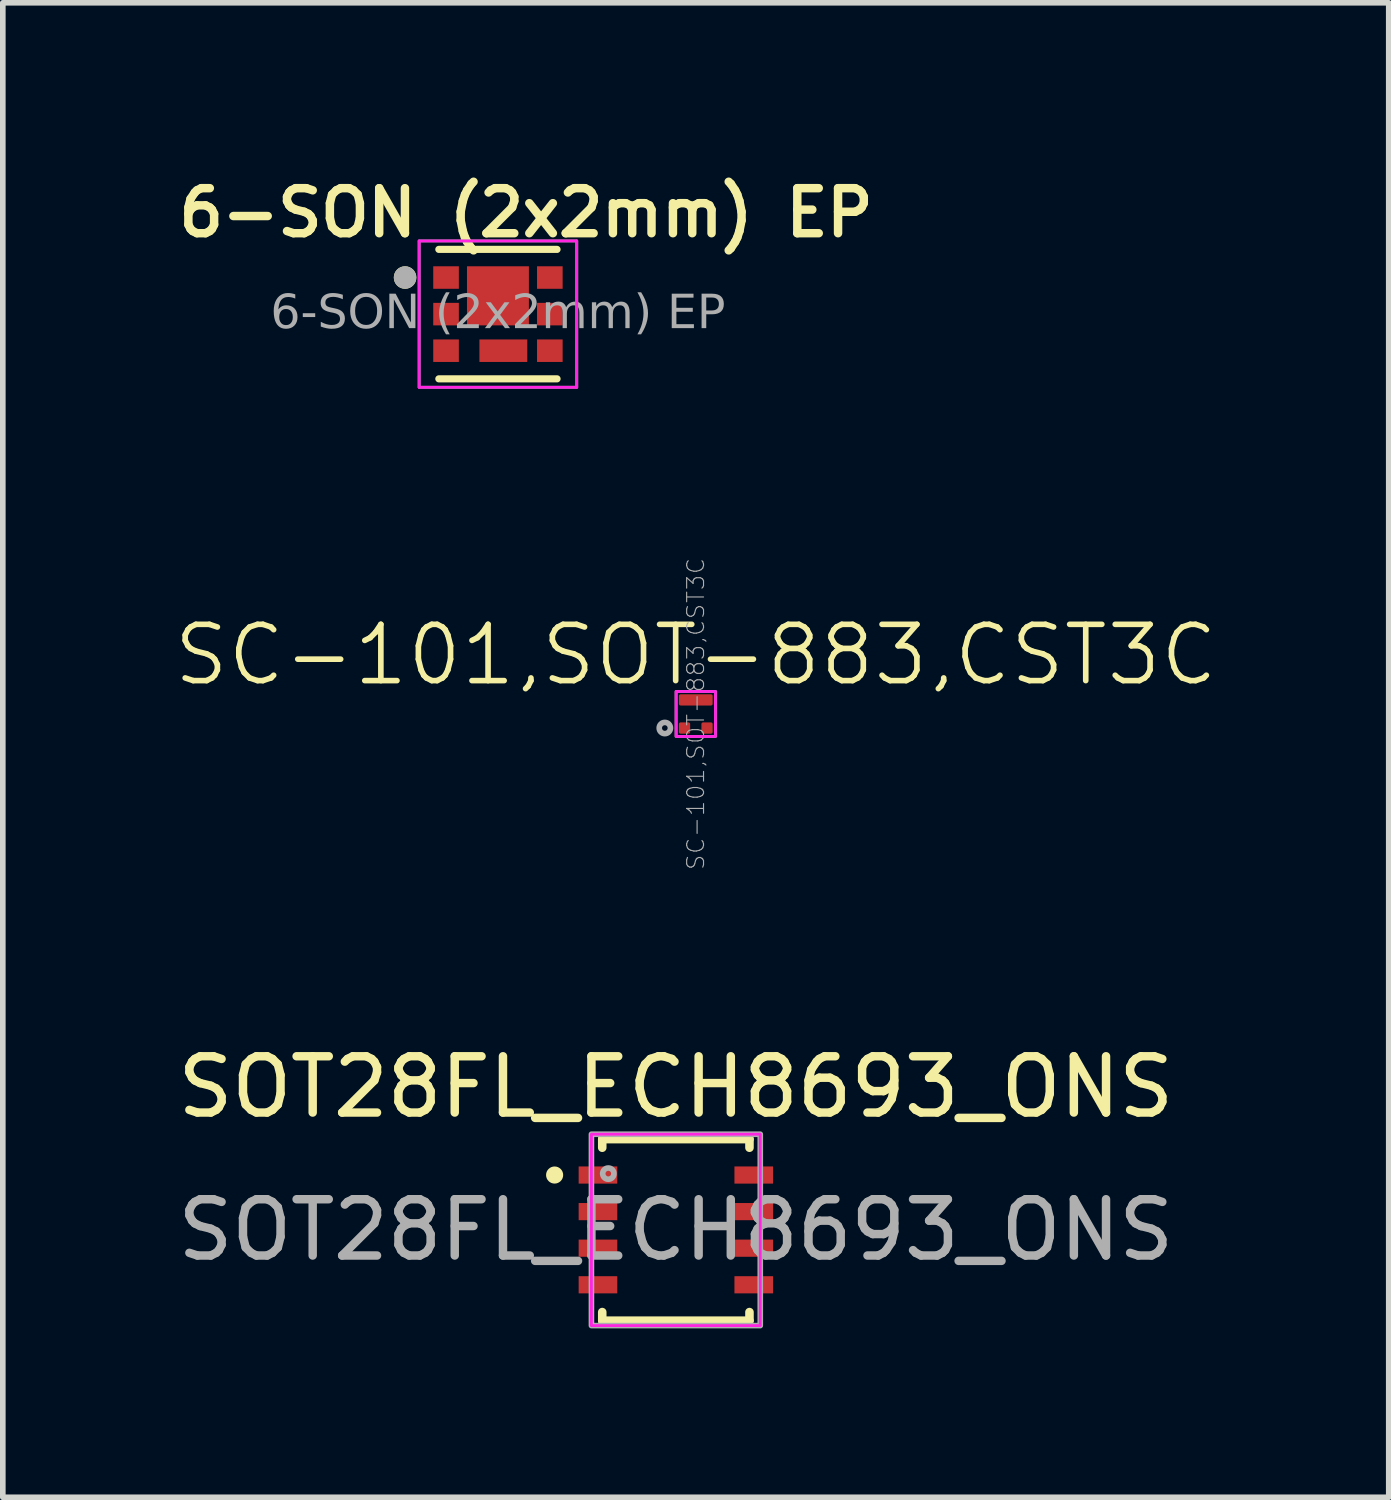
<source format=kicad_pcb>
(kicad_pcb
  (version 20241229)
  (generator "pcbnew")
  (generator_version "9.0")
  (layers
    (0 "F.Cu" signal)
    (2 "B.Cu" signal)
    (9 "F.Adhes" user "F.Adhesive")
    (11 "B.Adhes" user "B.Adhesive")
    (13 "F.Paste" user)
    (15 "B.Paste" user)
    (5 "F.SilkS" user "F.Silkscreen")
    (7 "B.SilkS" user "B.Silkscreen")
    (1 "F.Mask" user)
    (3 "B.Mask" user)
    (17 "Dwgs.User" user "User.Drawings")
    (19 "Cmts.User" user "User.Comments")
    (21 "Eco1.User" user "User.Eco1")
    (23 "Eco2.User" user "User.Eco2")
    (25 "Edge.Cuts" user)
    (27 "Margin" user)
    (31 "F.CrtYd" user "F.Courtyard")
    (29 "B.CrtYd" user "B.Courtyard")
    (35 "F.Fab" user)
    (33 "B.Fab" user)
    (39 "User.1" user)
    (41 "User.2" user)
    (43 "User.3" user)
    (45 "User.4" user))
  (footprint "6-SON (2x2mm) EP"
    (layer "F.Cu")
    (at 5.797 2.531)
    (property "Reference" "6-SON (2x2mm) EP" (at 0.5 -1.8 0) (layer "F.SilkS") (effects (font (size 0.8 0.8) (thickness 0.15))))
    (attr smd)
    (fp_poly (pts (xy -1.2 -0.9) (xy -0.65 -0.9) (xy -0.65 -0.4) (xy -1.2 -0.4)) (stroke (width 0.01) (type solid)) (fill yes) (layer "F.Mask"))
    (fp_poly (pts (xy -1.2 -0.25) (xy -0.65 -0.25) (xy -0.65 0.25) (xy -1.2 0.25)) (stroke (width 0.01) (type solid)) (fill yes) (layer "F.Mask"))
    (fp_poly (pts (xy -1.2 0.4) (xy -0.65 0.4) (xy -0.65 0.9) (xy -1.2 0.9)) (stroke (width 0.01) (type solid)) (fill yes) (layer "F.Mask"))
    (fp_poly (pts (xy -0.6 -0.9) (xy 0.6 -0.9) (xy 0.6 0.25) (xy -0.6 0.25)) (stroke (width 0.01) (type solid)) (fill yes) (layer "F.Mask"))
    (fp_poly (pts (xy -0.375 0.4) (xy 0.575 0.4) (xy 0.575 0.9) (xy -0.375 0.9)) (stroke (width 0.01) (type solid)) (fill yes) (layer "F.Mask"))
    (fp_poly (pts (xy 0.65 -0.9) (xy 1.2 -0.9) (xy 1.2 -0.4) (xy 0.65 -0.4)) (stroke (width 0.01) (type solid)) (fill yes) (layer "F.Mask"))
    (fp_poly (pts (xy 0.65 -0.25) (xy 1.2 -0.25) (xy 1.2 0.25) (xy 0.65 0.25)) (stroke (width 0.01) (type solid)) (fill yes) (layer "F.Mask"))
    (fp_poly (pts (xy 0.65 0.4) (xy 1.2 0.4) (xy 1.2 0.9) (xy 0.65 0.9)) (stroke (width 0.01) (type solid)) (fill yes) (layer "F.Mask"))
    (fp_line (start -1.05 -1.15) (end 1.05 -1.15) (stroke (width 0.127) (type solid)) (layer "F.SilkS"))
    (fp_line (start 1.05 1.15) (end -1.05 1.15) (stroke (width 0.127) (type solid)) (layer "F.SilkS"))
    (fp_circle (center -1.65 -0.65) (end -1.55 -0.65) (stroke (width 0.2) (type solid)) (fill no) (layer "F.SilkS"))
    (fp_poly (pts (xy -1.093 -0.8) (xy -0.752 -0.8) (xy -0.752 -0.5) (xy -1.093 -0.5)) (stroke (width 0.01) (type solid)) (fill yes) (layer "F.Paste"))
    (fp_poly (pts (xy -1.093 -0.15) (xy -0.752 -0.15) (xy -0.752 0.15) (xy -1.093 0.15)) (stroke (width 0.01) (type solid)) (fill yes) (layer "F.Paste"))
    (fp_poly (pts (xy -1.093 0.5) (xy -0.752 0.5) (xy -0.752 0.8) (xy -1.093 0.8)) (stroke (width 0.01) (type solid)) (fill yes) (layer "F.Paste"))
    (fp_poly (pts (xy -0.5 -0.8) (xy 0.5 -0.8) (xy 0.5 0.15) (xy -0.5 0.15)) (stroke (width 0.01) (type solid)) (fill yes) (layer "F.Paste"))
    (fp_poly (pts (xy -0.279 0.5) (xy 0.471 0.5) (xy 0.471 0.8) (xy -0.279 0.8)) (stroke (width 0.01) (type solid)) (fill yes) (layer "F.Paste"))
    (fp_poly (pts (xy 0.752 -0.8) (xy 1.093 -0.8) (xy 1.093 -0.5) (xy 0.752 -0.5)) (stroke (width 0.01) (type solid)) (fill yes) (layer "F.Paste"))
    (fp_poly (pts (xy 0.752 -0.15) (xy 1.093 -0.15) (xy 1.093 0.15) (xy 0.752 0.15)) (stroke (width 0.01) (type solid)) (fill yes) (layer "F.Paste"))
    (fp_poly (pts (xy 0.752 0.5) (xy 1.093 0.5) (xy 1.093 0.8) (xy 0.752 0.8)) (stroke (width 0.01) (type solid)) (fill yes) (layer "F.Paste"))
    (fp_line (start -1.4 -1.3) (end 1.4 -1.3) (stroke (width 0.05) (type solid)) (layer "F.CrtYd"))
    (fp_line (start -1.4 1.3) (end -1.4 -1.3) (stroke (width 0.05) (type solid)) (layer "F.CrtYd"))
    (fp_line (start 1.4 -1.3) (end 1.4 1.3) (stroke (width 0.05) (type solid)) (layer "F.CrtYd"))
    (fp_line (start 1.4 1.3) (end -1.4 1.3) (stroke (width 0.05) (type solid)) (layer "F.CrtYd"))
    (fp_rect (start -1.4 -1.3) (end 1.4 1.3) (stroke (width 0.05) (type default)) (fill no) (layer "F.Fab"))
    (fp_circle (center -1.65 -0.65) (end -1.55 -0.65) (stroke (width 0.2) (type solid)) (fill no) (layer "F.Fab"))
    (fp_text user "${REFERENCE}" (at 0 0 0) (unlocked yes) (layer "F.Fab") (effects (font (face "Arial") (size 0.6 0.6) (thickness 0.125))))
    (pad "1" smd rect (at -0.922 -0.65) (size 0.455 0.4) (layers "F.Cu"))
    (pad "2" smd rect (at -0.922 0) (size 0.455 0.4) (layers "F.Cu"))
    (pad "3" smd rect (at -0.922 0.65) (size 0.455 0.4) (layers "F.Cu"))
    (pad "4" smd rect (at 0.922 0.65) (size 0.455 0.4) (layers "F.Cu"))
    (pad "5" smd rect (at 0.922 0) (size 0.455 0.4) (layers "F.Cu"))
    (pad "6" smd rect (at 0.922 -0.65) (size 0.455 0.4) (layers "F.Cu"))
    (pad "7" smd rect (at 0.096 0.65 180) (size 0.85 0.4) (layers "F.Cu"))
    (pad "8" smd rect (at 0 -0.325 180) (size 1.1 1.05) (layers "F.Cu")))
  (footprint "SOT28FL_ECH8693_ONS"
    (layer "F.Cu")
    (at 8.958 18.802)
    (property "Reference" "SOT28FL_ECH8693_ONS" (at 0 -2.54 0) (unlocked yes) (layer "F.SilkS") (effects (font (size 1 1) (thickness 0.15))))
    (attr smd)
    (fp_line (start -1.308 -1.613) (end -1.308 -1.46) (stroke (width 0.152) (type solid)) (layer "F.SilkS"))
    (fp_line (start -1.308 1.46) (end -1.308 1.613) (stroke (width 0.152) (type solid)) (layer "F.SilkS"))
    (fp_line (start -1.308 1.613) (end 1.308 1.613) (stroke (width 0.152) (type solid)) (layer "F.SilkS"))
    (fp_line (start 1.308 -1.613) (end -1.308 -1.613) (stroke (width 0.152) (type solid)) (layer "F.SilkS"))
    (fp_line (start 1.308 -1.46) (end 1.308 -1.613) (stroke (width 0.152) (type solid)) (layer "F.SilkS"))
    (fp_line (start 1.308 1.613) (end 1.308 1.46) (stroke (width 0.152) (type solid)) (layer "F.SilkS"))
    (fp_circle (center -2.154 -0.975) (end -2.078 -0.975) (stroke (width 0.152) (type solid)) (fill no) (layer "F.SilkS"))
    (fp_rect (start -1.5 -1.7) (end 1.5 1.7) (stroke (width 0.05) (type default)) (fill no) (layer "F.CrtYd"))
    (fp_rect (start -1.5 -1.7) (end 1.5 1.7) (stroke (width 0.1) (type default)) (fill no) (layer "F.Fab"))
    (fp_circle (center -1.2 -1) (end -1.1 -1) (stroke (width 0.1) (type solid)) (fill no) (layer "F.Fab"))
    (fp_text user "${REFERENCE}" (at 0 0 0) (unlocked yes) (layer "F.Fab") (effects (font (size 1 1) (thickness 0.15))))
    (pad "1" smd rect (at -1.384 -0.975) (size 0.686 0.305) (layers "F.Cu" "F.Mask" "F.Paste"))
    (pad "2" smd rect (at -1.384 -0.325) (size 0.686 0.305) (layers "F.Cu" "F.Mask" "F.Paste"))
    (pad "3" smd rect (at -1.384 0.325) (size 0.686 0.305) (layers "F.Cu" "F.Mask" "F.Paste"))
    (pad "4" smd rect (at -1.384 0.975) (size 0.686 0.305) (layers "F.Cu" "F.Mask" "F.Paste"))
    (pad "5" smd rect (at 1.384 0.975) (size 0.686 0.305) (layers "F.Cu" "F.Mask" "F.Paste"))
    (pad "6" smd rect (at 1.384 0.325) (size 0.686 0.305) (layers "F.Cu" "F.Mask" "F.Paste"))
    (pad "7" smd rect (at 1.384 -0.325) (size 0.686 0.305) (layers "F.Cu" "F.Mask" "F.Paste"))
    (pad "8" smd rect (at 1.384 -0.975) (size 0.686 0.305) (layers "F.Cu" "F.Mask" "F.Paste")))
  (footprint "SC-101,SOT-883,CST3C"
    (layer "F.Cu")
    (at 9.312 9.635)
    (property "Reference" "SC-101,SOT-883,CST3C" (at 0 -1.05 0) (unlocked yes) (layer "F.SilkS") (effects (font (size 1 1) (thickness 0.1))))
    (attr smd)
    (fp_rect (start -0.35 -0.4) (end 0.35 0.4) (stroke (width 0.05) (type solid)) (fill no) (layer "F.CrtYd"))
    (fp_rect (start -0.35 -0.4) (end 0.35 0.4) (stroke (width 0.05) (type default)) (fill no) (layer "F.Fab"))
    (fp_circle (center -0.55 0.25) (end -0.55 0.35) (stroke (width 0.1) (type default)) (fill no) (layer "F.Fab"))
    (fp_text user "${REFERENCE}" (at 0 0 90) (unlocked yes) (layer "F.Fab") (effects (font (size 0.3 0.3) (thickness 0.02))))
    (pad "1" smd roundrect (at -0.2 0.25) (size 0.2 0.2) (layers "F.Cu" "F.Mask" "F.Paste") (roundrect_rratio 0.15))
    (pad "2" smd roundrect (at 0.2 0.25) (size 0.2 0.2) (layers "F.Cu" "F.Mask" "F.Paste") (roundrect_rratio 0.15))
    (pad "3" smd roundrect (at 0 -0.25) (size 0.6 0.2) (layers "F.Cu" "F.Mask" "F.Paste") (roundrect_rratio 0.15)))
  (gr_rect
    (start -3 -3)
    (end 21.624 23.552)
    (stroke (width 0.1) (type default))
    (fill no)
    (layer "Edge.Cuts")))
</source>
